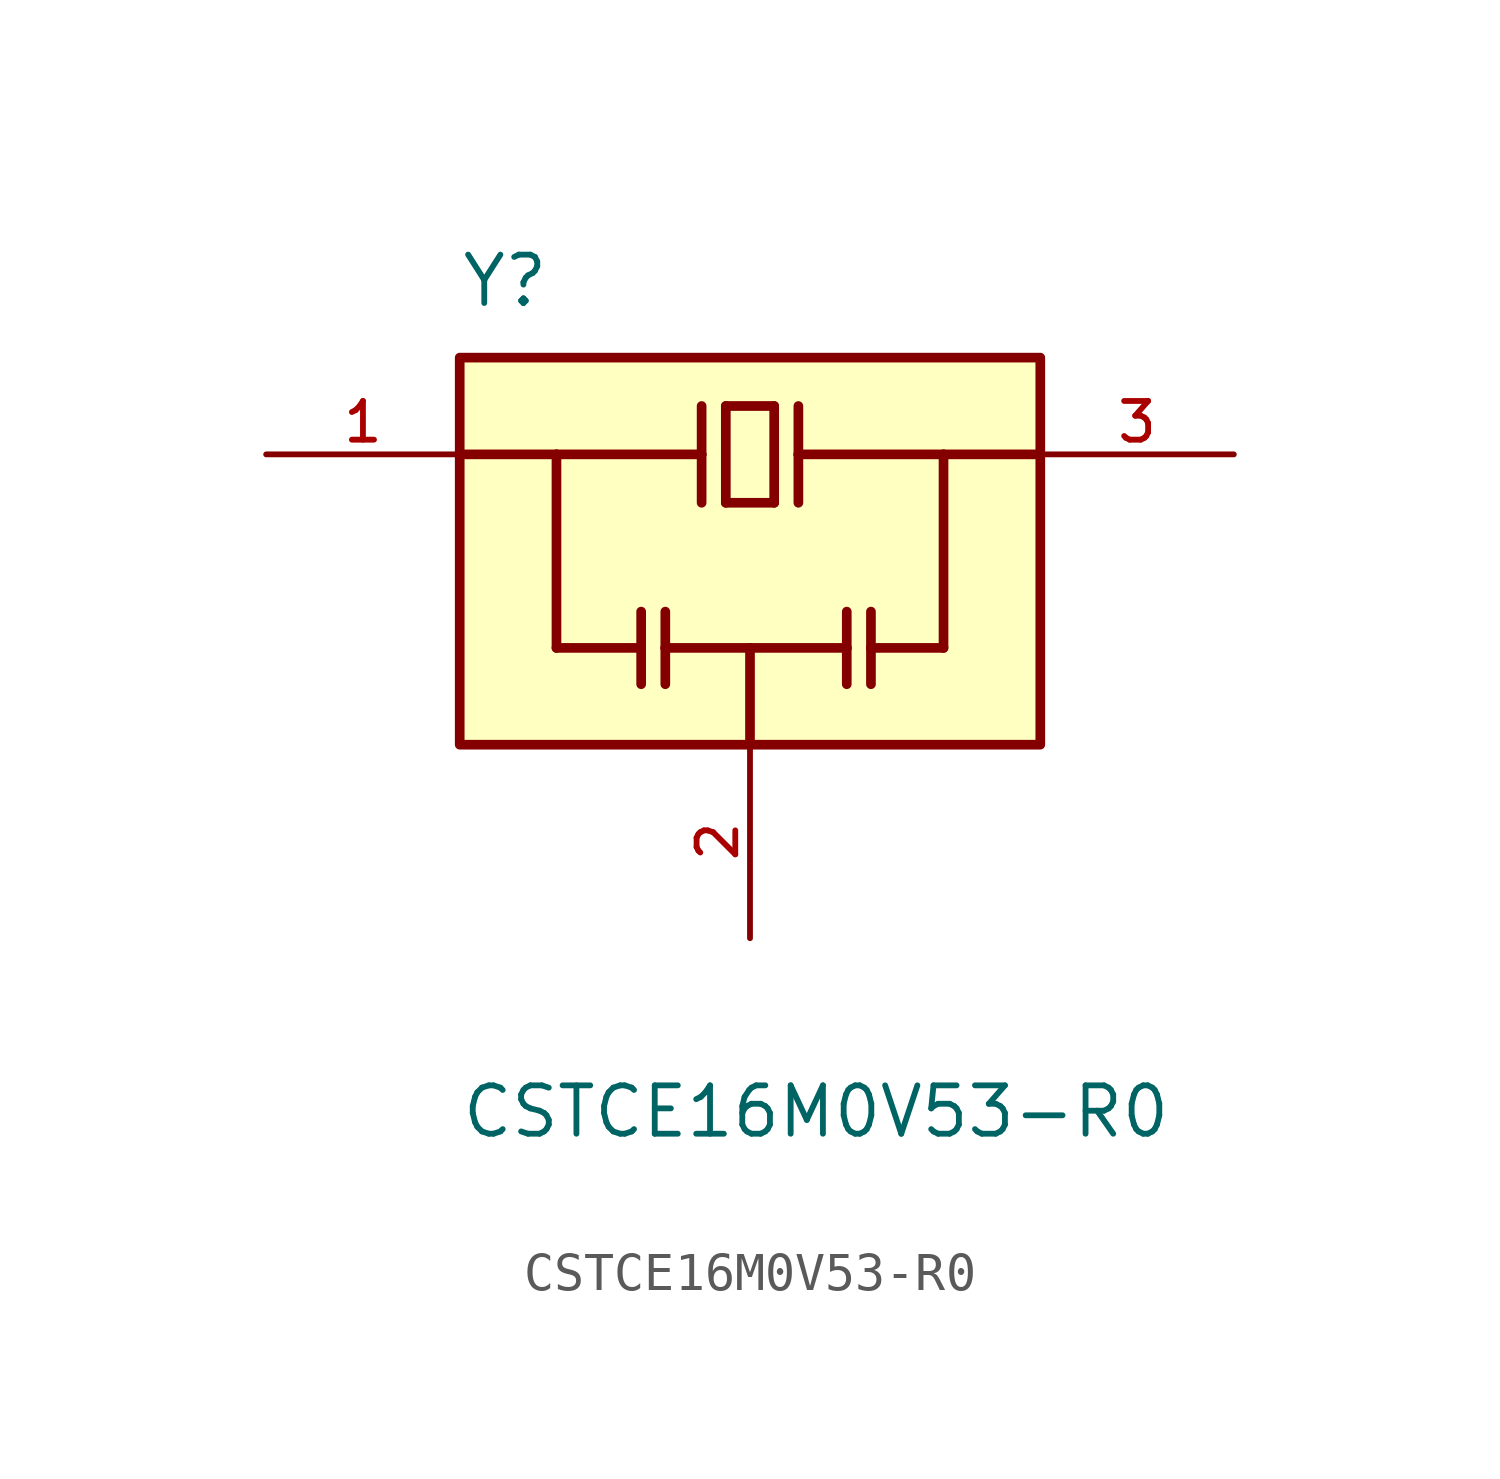
<source format=kicad_sym>
(kicad_symbol_lib
  (version 20241209)
  (generator "kicad_symbol_editor")
  (generator_version "9.0")
  (symbol "CSTCE16M0V53-R0"
    (pin_names
      (offset 1.016))
    (property "Reference" "Y"
      (at -7.62 6.35 0)
      (effects (font (size 1.27 1.27)) (justify left bottom)))
    (property "Value" "CSTCE16M0V53-R0"
      (at -7.62 -13.97 0)
      (effects (font (size 1.27 1.27)) (justify left top)))
    (symbol "CSTCE16M0V53-R0_0_0"
      (polyline (pts (xy -7.62 2.54) (xy -5.08 2.54)) (stroke (width 0.254) (type default)) (fill (type none)))
      (rectangle (start -7.62 -5.08) (end 7.62 5.08) (stroke (width 0.254) (type default)) (fill (type background)))
      (polyline (pts (xy -5.08 2.54) (xy -1.27 2.54)) (stroke (width 0.254) (type default)) (fill (type none)))
      (polyline (pts (xy -5.08 -2.54) (xy -5.08 2.54)) (stroke (width 0.254) (type default)) (fill (type none)))
      (polyline (pts (xy -2.857 -1.587) (xy -2.857 -2.54)) (stroke (width 0.254) (type default)) (fill (type none)))
      (polyline (pts (xy -2.857 -2.54) (xy -5.08 -2.54)) (stroke (width 0.254) (type default)) (fill (type none)))
      (polyline (pts (xy -2.857 -2.54) (xy -2.857 -3.493)) (stroke (width 0.254) (type default)) (fill (type none)))
      (polyline (pts (xy -2.223 -1.587) (xy -2.223 -2.54)) (stroke (width 0.254) (type default)) (fill (type none)))
      (polyline (pts (xy -2.223 -2.54) (xy -2.223 -3.493)) (stroke (width 0.254) (type default)) (fill (type none)))
      (polyline (pts (xy -1.27 3.81) (xy -1.27 2.54)) (stroke (width 0.254) (type default)) (fill (type none)))
      (polyline (pts (xy -1.27 2.54) (xy -1.27 1.27)) (stroke (width 0.254) (type default)) (fill (type none)))
      (polyline (pts (xy -0.635 3.81) (xy 0.635 3.81)) (stroke (width 0.254) (type default)) (fill (type none)))
      (polyline (pts (xy -0.635 1.27) (xy -0.635 3.81)) (stroke (width 0.254) (type default)) (fill (type none)))
      (polyline (pts (xy 0 -2.54) (xy -2.223 -2.54)) (stroke (width 0.254) (type default)) (fill (type none)))
      (polyline (pts (xy 0 -2.54) (xy 2.54 -2.54)) (stroke (width 0.254) (type default)) (fill (type none)))
      (polyline (pts (xy 0 -5.08) (xy 0 -2.54)) (stroke (width 0.254) (type default)) (fill (type none)))
      (polyline (pts (xy 0.635 3.81) (xy 0.635 1.27)) (stroke (width 0.254) (type default)) (fill (type none)))
      (polyline (pts (xy 0.635 1.27) (xy -0.635 1.27)) (stroke (width 0.254) (type default)) (fill (type none)))
      (polyline (pts (xy 1.27 3.81) (xy 1.27 2.54)) (stroke (width 0.254) (type default)) (fill (type none)))
      (polyline (pts (xy 1.27 2.54) (xy 1.27 1.27)) (stroke (width 0.254) (type default)) (fill (type none)))
      (polyline (pts (xy 1.27 2.54) (xy 5.08 2.54)) (stroke (width 0.254) (type default)) (fill (type none)))
      (polyline (pts (xy 2.54 -1.587) (xy 2.54 -2.54)) (stroke (width 0.254) (type default)) (fill (type none)))
      (polyline (pts (xy 2.54 -2.54) (xy 2.54 -3.493)) (stroke (width 0.254) (type default)) (fill (type none)))
      (polyline (pts (xy 3.175 -1.587) (xy 3.175 -2.54)) (stroke (width 0.254) (type default)) (fill (type none)))
      (polyline (pts (xy 3.175 -2.54) (xy 3.175 -3.493)) (stroke (width 0.254) (type default)) (fill (type none)))
      (polyline (pts (xy 3.175 -2.54) (xy 5.08 -2.54)) (stroke (width 0.254) (type default)) (fill (type none)))
      (polyline (pts (xy 5.08 2.54) (xy 7.62 2.54)) (stroke (width 0.254) (type default)) (fill (type none)))
      (polyline (pts (xy 5.08 -2.54) (xy 5.08 2.54)) (stroke (width 0.254) (type default)) (fill (type none)))
      (pin input line (at -12.7 2.54 0) (length 5.08) (name "~" (effects (font (size 1.016 1.016)))) (number "1" (effects (font (size 1.016 1.016)))))
      (pin power_in line (at 0 -10.16 90) (length 5.08) (name "~" (effects (font (size 1.016 1.016)))) (number "2" (effects (font (size 1.016 1.016)))))
      (pin output line (at 12.7 2.54 180) (length 5.08) (name "~" (effects (font (size 1.016 1.016)))) (number "3" (effects (font (size 1.016 1.016))))))))
</source>
